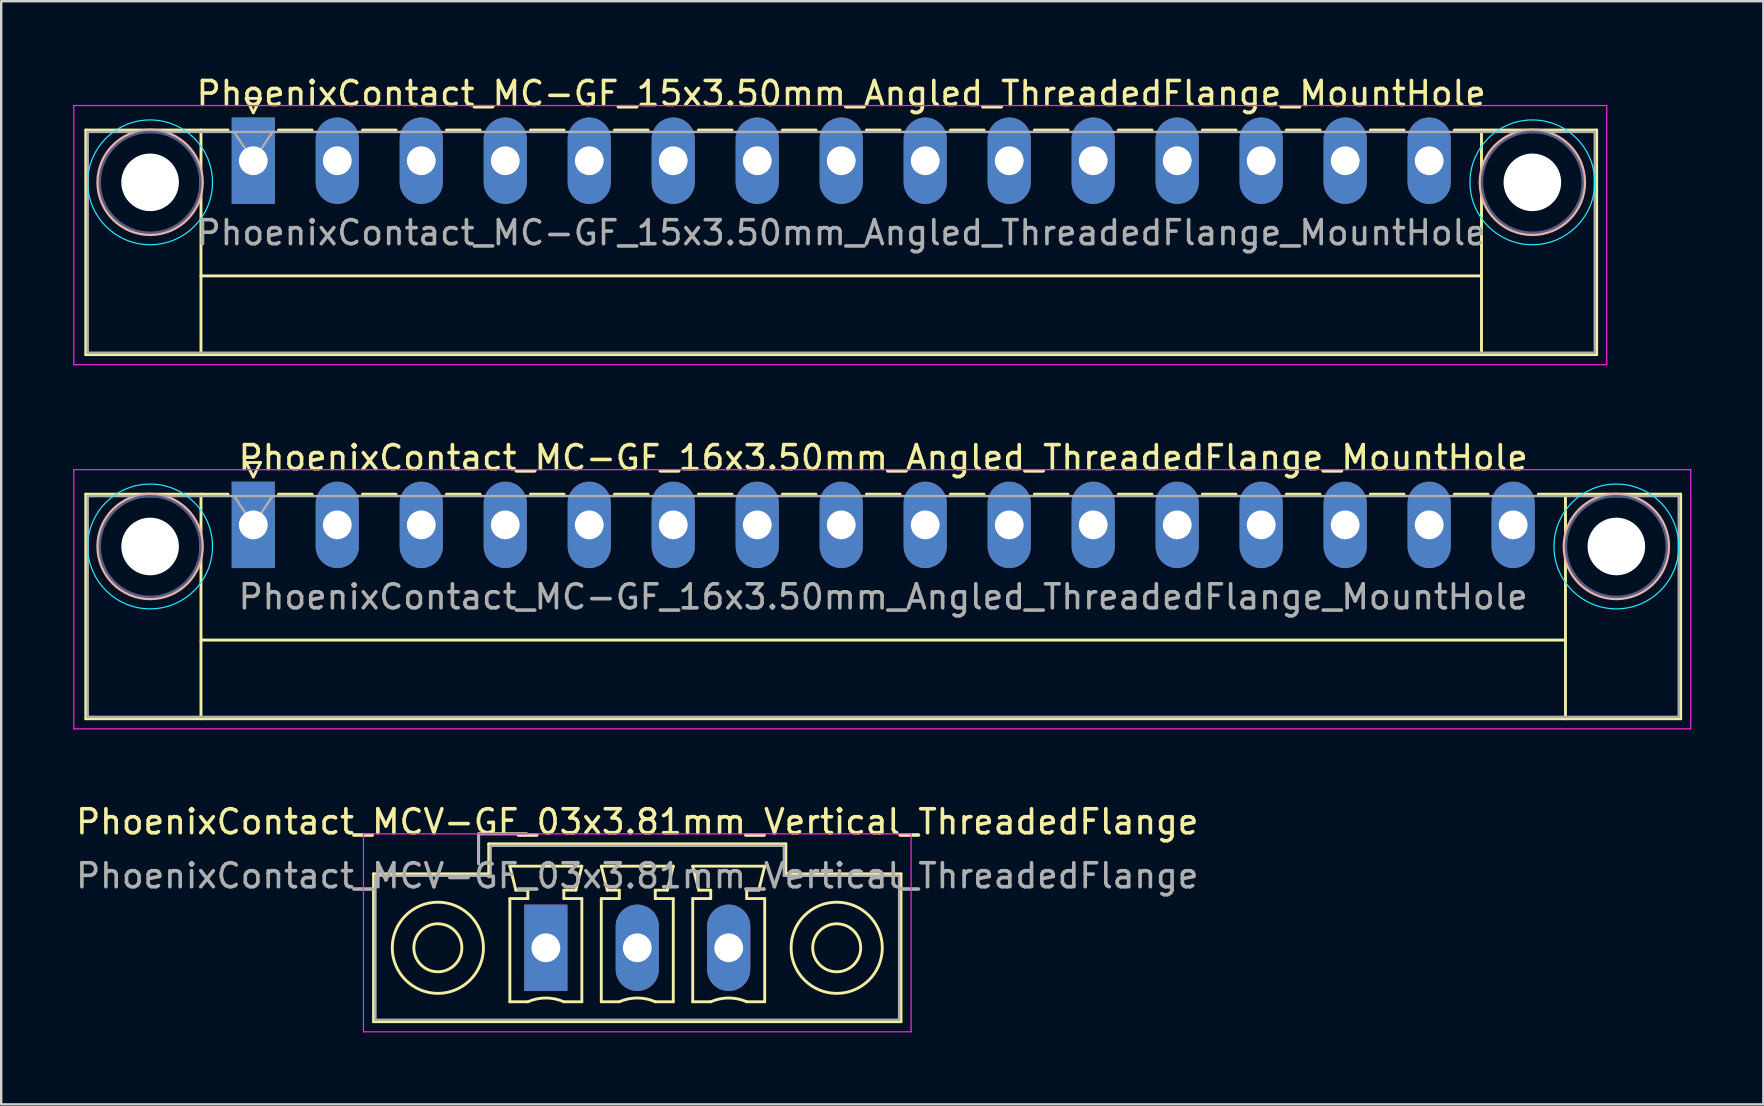
<source format=kicad_pcb>
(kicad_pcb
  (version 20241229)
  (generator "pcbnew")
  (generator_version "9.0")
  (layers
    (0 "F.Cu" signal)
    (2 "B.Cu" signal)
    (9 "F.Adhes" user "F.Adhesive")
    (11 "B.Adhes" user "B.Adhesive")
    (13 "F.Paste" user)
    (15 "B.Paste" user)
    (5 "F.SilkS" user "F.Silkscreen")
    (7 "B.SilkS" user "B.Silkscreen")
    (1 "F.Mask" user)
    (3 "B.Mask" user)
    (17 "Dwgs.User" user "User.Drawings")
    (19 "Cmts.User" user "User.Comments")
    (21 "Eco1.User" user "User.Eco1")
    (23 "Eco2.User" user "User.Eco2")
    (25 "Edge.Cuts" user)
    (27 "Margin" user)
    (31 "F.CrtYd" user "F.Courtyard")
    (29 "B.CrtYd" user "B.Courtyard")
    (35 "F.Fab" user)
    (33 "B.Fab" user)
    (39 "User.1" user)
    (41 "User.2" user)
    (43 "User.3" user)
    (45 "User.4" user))
  (footprint "PhoenixContact_MC-GF_15x3.50mm_Angled_ThreadedFlange_MountHole"
    (layer "F.Cu")
    (at 7.505 3.648)
    (property "Reference" "PhoenixContact_MC-GF_15x3.50mm_Angled_ThreadedFlange_MountHole" (at 24.5 -2.8 0) (layer "F.SilkS") (effects (font (size 1 1) (thickness 0.15))))
    (attr through_hole)
    (fp_line (start -6.98 -1.28) (end -6.98 8.08) (stroke (width 0.12) (type solid)) (layer "F.SilkS"))
    (fp_line (start -6.98 -1.28) (end -1.05 -1.28) (stroke (width 0.12) (type solid)) (layer "F.SilkS"))
    (fp_line (start -6.98 8.08) (end 55.98 8.08) (stroke (width 0.12) (type solid)) (layer "F.SilkS"))
    (fp_line (start -2.18 -1.28) (end -2.18 8.08) (stroke (width 0.12) (type solid)) (layer "F.SilkS"))
    (fp_line (start -2.18 4.8) (end 51.18 4.8) (stroke (width 0.12) (type solid)) (layer "F.SilkS"))
    (fp_line (start -0.3 -2.6) (end 0.3 -2.6) (stroke (width 0.12) (type solid)) (layer "F.SilkS"))
    (fp_line (start 0 -2) (end -0.3 -2.6) (stroke (width 0.12) (type solid)) (layer "F.SilkS"))
    (fp_line (start 0.3 -2.6) (end 0 -2) (stroke (width 0.12) (type solid)) (layer "F.SilkS"))
    (fp_line (start 1.05 -1.28) (end 2.45 -1.28) (stroke (width 0.12) (type solid)) (layer "F.SilkS"))
    (fp_line (start 4.55 -1.28) (end 5.95 -1.28) (stroke (width 0.12) (type solid)) (layer "F.SilkS"))
    (fp_line (start 8.05 -1.28) (end 9.45 -1.28) (stroke (width 0.12) (type solid)) (layer "F.SilkS"))
    (fp_line (start 11.55 -1.28) (end 12.95 -1.28) (stroke (width 0.12) (type solid)) (layer "F.SilkS"))
    (fp_line (start 15.05 -1.28) (end 16.45 -1.28) (stroke (width 0.12) (type solid)) (layer "F.SilkS"))
    (fp_line (start 18.55 -1.28) (end 19.95 -1.28) (stroke (width 0.12) (type solid)) (layer "F.SilkS"))
    (fp_line (start 22.05 -1.28) (end 23.45 -1.28) (stroke (width 0.12) (type solid)) (layer "F.SilkS"))
    (fp_line (start 25.55 -1.28) (end 26.95 -1.28) (stroke (width 0.12) (type solid)) (layer "F.SilkS"))
    (fp_line (start 29.05 -1.28) (end 30.45 -1.28) (stroke (width 0.12) (type solid)) (layer "F.SilkS"))
    (fp_line (start 32.55 -1.28) (end 33.95 -1.28) (stroke (width 0.12) (type solid)) (layer "F.SilkS"))
    (fp_line (start 36.05 -1.28) (end 37.45 -1.28) (stroke (width 0.12) (type solid)) (layer "F.SilkS"))
    (fp_line (start 39.55 -1.28) (end 40.95 -1.28) (stroke (width 0.12) (type solid)) (layer "F.SilkS"))
    (fp_line (start 43.05 -1.28) (end 44.45 -1.28) (stroke (width 0.12) (type solid)) (layer "F.SilkS"))
    (fp_line (start 46.55 -1.28) (end 47.95 -1.28) (stroke (width 0.12) (type solid)) (layer "F.SilkS"))
    (fp_line (start 51.18 -1.28) (end 51.18 8.08) (stroke (width 0.12) (type solid)) (layer "F.SilkS"))
    (fp_line (start 55.98 -1.28) (end 50.05 -1.28) (stroke (width 0.12) (type solid)) (layer "F.SilkS"))
    (fp_line (start 55.98 8.08) (end 55.98 -1.28) (stroke (width 0.12) (type solid)) (layer "F.SilkS"))
    (fp_circle (center -4.3 0.9) (end -2.12 0.9) (stroke (width 0.12) (type solid)) (fill no) (layer "B.SilkS"))
    (fp_circle (center 53.3 0.9) (end 55.48 0.9) (stroke (width 0.12) (type solid)) (fill no) (layer "B.SilkS"))
    (fp_circle (center -4.3 0.9) (end -1.7 0.9) (stroke (width 0.05) (type solid)) (fill no) (layer "B.CrtYd"))
    (fp_circle (center 53.3 0.9) (end 55.9 0.9) (stroke (width 0.05) (type solid)) (fill no) (layer "B.CrtYd"))
    (fp_line (start -7.48 -2.3) (end -7.48 8.5) (stroke (width 0.05) (type solid)) (layer "F.CrtYd"))
    (fp_line (start -7.48 8.5) (end 56.4 8.5) (stroke (width 0.05) (type solid)) (layer "F.CrtYd"))
    (fp_line (start 56.4 -2.3) (end -7.48 -2.3) (stroke (width 0.05) (type solid)) (layer "F.CrtYd"))
    (fp_line (start 56.4 8.5) (end 56.4 -2.3) (stroke (width 0.05) (type solid)) (layer "F.CrtYd"))
    (fp_circle (center -4.3 0.9) (end -2.2 0.9) (stroke (width 0.1) (type solid)) (fill no) (layer "B.Fab"))
    (fp_circle (center 53.3 0.9) (end 55.4 0.9) (stroke (width 0.1) (type solid)) (fill no) (layer "B.Fab"))
    (fp_line (start -6.9 -1.2) (end -6.9 8) (stroke (width 0.1) (type solid)) (layer "F.Fab"))
    (fp_line (start -6.9 8) (end 55.9 8) (stroke (width 0.1) (type solid)) (layer "F.Fab"))
    (fp_line (start 0 0) (end -0.8 -1.2) (stroke (width 0.1) (type solid)) (layer "F.Fab"))
    (fp_line (start 0.8 -1.2) (end 0 0) (stroke (width 0.1) (type solid)) (layer "F.Fab"))
    (fp_line (start 55.9 -1.2) (end -6.9 -1.2) (stroke (width 0.1) (type solid)) (layer "F.Fab"))
    (fp_line (start 55.9 8) (end 55.9 -1.2) (stroke (width 0.1) (type solid)) (layer "F.Fab"))
    (fp_text user "${REFERENCE}" (at 24.5 3 0) (layer "F.Fab") (effects (font (size 1 1) (thickness 0.15))))
    (pad "" np_thru_hole circle (at -4.3 0.9) (size 2.4 2.4) (drill 2.4) (layers "*.Cu" "*.Mask"))
    (pad "" np_thru_hole circle (at 53.3 0.9) (size 2.4 2.4) (drill 2.4) (layers "*.Cu" "*.Mask"))
    (pad "1" thru_hole rect (at 0 0) (size 1.8 3.6) (drill 1.2) (layers "*.Cu" "*.Mask"))
    (pad "2" thru_hole oval (at 3.5 0) (size 1.8 3.6) (drill 1.2) (layers "*.Cu" "*.Mask"))
    (pad "3" thru_hole oval (at 7 0) (size 1.8 3.6) (drill 1.2) (layers "*.Cu" "*.Mask"))
    (pad "4" thru_hole oval (at 10.5 0) (size 1.8 3.6) (drill 1.2) (layers "*.Cu" "*.Mask"))
    (pad "5" thru_hole oval (at 14 0) (size 1.8 3.6) (drill 1.2) (layers "*.Cu" "*.Mask"))
    (pad "6" thru_hole oval (at 17.5 0) (size 1.8 3.6) (drill 1.2) (layers "*.Cu" "*.Mask"))
    (pad "7" thru_hole oval (at 21 0) (size 1.8 3.6) (drill 1.2) (layers "*.Cu" "*.Mask"))
    (pad "8" thru_hole oval (at 24.5 0) (size 1.8 3.6) (drill 1.2) (layers "*.Cu" "*.Mask"))
    (pad "9" thru_hole oval (at 28 0) (size 1.8 3.6) (drill 1.2) (layers "*.Cu" "*.Mask"))
    (pad "10" thru_hole oval (at 31.5 0) (size 1.8 3.6) (drill 1.2) (layers "*.Cu" "*.Mask"))
    (pad "11" thru_hole oval (at 35 0) (size 1.8 3.6) (drill 1.2) (layers "*.Cu" "*.Mask"))
    (pad "12" thru_hole oval (at 38.5 0) (size 1.8 3.6) (drill 1.2) (layers "*.Cu" "*.Mask"))
    (pad "13" thru_hole oval (at 42 0) (size 1.8 3.6) (drill 1.2) (layers "*.Cu" "*.Mask"))
    (pad "14" thru_hole oval (at 45.5 0) (size 1.8 3.6) (drill 1.2) (layers "*.Cu" "*.Mask"))
    (pad "15" thru_hole oval (at 49 0) (size 1.8 3.6) (drill 1.2) (layers "*.Cu" "*.Mask")))
  (footprint "PhoenixContact_MCV-GF_03x3.81mm_Vertical_ThreadedFlange"
    (layer "F.Cu")
    (at 19.696 36.445)
    (property "Reference" "PhoenixContact_MCV-GF_03x3.81mm_Vertical_ThreadedFlange" (at 3.81 -5.25 0) (layer "F.SilkS") (effects (font (size 1 1) (thickness 0.15))))
    (attr through_hole)
    (fp_line (start -7.18 -3.08) (end -7.18 3.08) (stroke (width 0.12) (type solid)) (layer "F.SilkS"))
    (fp_line (start -7.18 3.08) (end 14.8 3.08) (stroke (width 0.12) (type solid)) (layer "F.SilkS"))
    (fp_line (start -2.8 -4.75) (end -0.8 -4.75) (stroke (width 0.12) (type solid)) (layer "F.SilkS"))
    (fp_line (start -2.8 -3.5) (end -2.8 -4.75) (stroke (width 0.12) (type solid)) (layer "F.SilkS"))
    (fp_line (start -2.38 -4.33) (end -2.38 -3.08) (stroke (width 0.12) (type solid)) (layer "F.SilkS"))
    (fp_line (start -2.38 -3.08) (end -7.18 -3.08) (stroke (width 0.12) (type solid)) (layer "F.SilkS"))
    (fp_line (start -1.5 -3.4) (end 1.5 -3.4) (stroke (width 0.12) (type solid)) (layer "F.SilkS"))
    (fp_line (start -1.5 -2.05) (end -0.75 -2.05) (stroke (width 0.12) (type solid)) (layer "F.SilkS"))
    (fp_line (start -1.5 2.25) (end -1.5 -2.05) (stroke (width 0.12) (type solid)) (layer "F.SilkS"))
    (fp_line (start -1.25 -2.4) (end -1.5 -3.4) (stroke (width 0.12) (type solid)) (layer "F.SilkS"))
    (fp_line (start -0.75 -2.4) (end -1.25 -2.4) (stroke (width 0.12) (type solid)) (layer "F.SilkS"))
    (fp_line (start -0.75 -2.05) (end -0.75 -2.4) (stroke (width 0.12) (type solid)) (layer "F.SilkS"))
    (fp_line (start -0.75 2.25) (end -1.5 2.25) (stroke (width 0.12) (type solid)) (layer "F.SilkS"))
    (fp_line (start 0.75 -2.4) (end 0.75 -2.05) (stroke (width 0.12) (type solid)) (layer "F.SilkS"))
    (fp_line (start 0.75 -2.05) (end 1.5 -2.05) (stroke (width 0.12) (type solid)) (layer "F.SilkS"))
    (fp_line (start 1.25 -2.4) (end 0.75 -2.4) (stroke (width 0.12) (type solid)) (layer "F.SilkS"))
    (fp_line (start 1.5 -3.4) (end 1.25 -2.4) (stroke (width 0.12) (type solid)) (layer "F.SilkS"))
    (fp_line (start 1.5 -2.05) (end 1.5 2.25) (stroke (width 0.12) (type solid)) (layer "F.SilkS"))
    (fp_line (start 1.5 2.25) (end 0.75 2.25) (stroke (width 0.12) (type solid)) (layer "F.SilkS"))
    (fp_line (start 2.31 -3.4) (end 5.31 -3.4) (stroke (width 0.12) (type solid)) (layer "F.SilkS"))
    (fp_line (start 2.31 -2.05) (end 3.06 -2.05) (stroke (width 0.12) (type solid)) (layer "F.SilkS"))
    (fp_line (start 2.31 2.25) (end 2.31 -2.05) (stroke (width 0.12) (type solid)) (layer "F.SilkS"))
    (fp_line (start 2.56 -2.4) (end 2.31 -3.4) (stroke (width 0.12) (type solid)) (layer "F.SilkS"))
    (fp_line (start 3.06 -2.4) (end 2.56 -2.4) (stroke (width 0.12) (type solid)) (layer "F.SilkS"))
    (fp_line (start 3.06 -2.05) (end 3.06 -2.4) (stroke (width 0.12) (type solid)) (layer "F.SilkS"))
    (fp_line (start 3.06 2.25) (end 2.31 2.25) (stroke (width 0.12) (type solid)) (layer "F.SilkS"))
    (fp_line (start 4.56 -2.4) (end 4.56 -2.05) (stroke (width 0.12) (type solid)) (layer "F.SilkS"))
    (fp_line (start 4.56 -2.05) (end 5.31 -2.05) (stroke (width 0.12) (type solid)) (layer "F.SilkS"))
    (fp_line (start 5.06 -2.4) (end 4.56 -2.4) (stroke (width 0.12) (type solid)) (layer "F.SilkS"))
    (fp_line (start 5.31 -3.4) (end 5.06 -2.4) (stroke (width 0.12) (type solid)) (layer "F.SilkS"))
    (fp_line (start 5.31 -2.05) (end 5.31 2.25) (stroke (width 0.12) (type solid)) (layer "F.SilkS"))
    (fp_line (start 5.31 2.25) (end 4.56 2.25) (stroke (width 0.12) (type solid)) (layer "F.SilkS"))
    (fp_line (start 6.12 -3.4) (end 9.12 -3.4) (stroke (width 0.12) (type solid)) (layer "F.SilkS"))
    (fp_line (start 6.12 -2.05) (end 6.87 -2.05) (stroke (width 0.12) (type solid)) (layer "F.SilkS"))
    (fp_line (start 6.12 2.25) (end 6.12 -2.05) (stroke (width 0.12) (type solid)) (layer "F.SilkS"))
    (fp_line (start 6.37 -2.4) (end 6.12 -3.4) (stroke (width 0.12) (type solid)) (layer "F.SilkS"))
    (fp_line (start 6.87 -2.4) (end 6.37 -2.4) (stroke (width 0.12) (type solid)) (layer "F.SilkS"))
    (fp_line (start 6.87 -2.05) (end 6.87 -2.4) (stroke (width 0.12) (type solid)) (layer "F.SilkS"))
    (fp_line (start 6.87 2.25) (end 6.12 2.25) (stroke (width 0.12) (type solid)) (layer "F.SilkS"))
    (fp_line (start 8.37 -2.4) (end 8.37 -2.05) (stroke (width 0.12) (type solid)) (layer "F.SilkS"))
    (fp_line (start 8.37 -2.05) (end 9.12 -2.05) (stroke (width 0.12) (type solid)) (layer "F.SilkS"))
    (fp_line (start 8.87 -2.4) (end 8.37 -2.4) (stroke (width 0.12) (type solid)) (layer "F.SilkS"))
    (fp_line (start 9.12 -3.4) (end 8.87 -2.4) (stroke (width 0.12) (type solid)) (layer "F.SilkS"))
    (fp_line (start 9.12 -2.05) (end 9.12 2.25) (stroke (width 0.12) (type solid)) (layer "F.SilkS"))
    (fp_line (start 9.12 2.25) (end 8.37 2.25) (stroke (width 0.12) (type solid)) (layer "F.SilkS"))
    (fp_line (start 10 -4.33) (end -2.38 -4.33) (stroke (width 0.12) (type solid)) (layer "F.SilkS"))
    (fp_line (start 10 -3.08) (end 10 -4.33) (stroke (width 0.12) (type solid)) (layer "F.SilkS"))
    (fp_line (start 14.8 -3.08) (end 10 -3.08) (stroke (width 0.12) (type solid)) (layer "F.SilkS"))
    (fp_line (start 14.8 3.08) (end 14.8 -3.08) (stroke (width 0.12) (type solid)) (layer "F.SilkS"))
    (fp_arc (start -0.75 2.25) (mid -0.000193 2.09191) (end 0.749647 2.249844) (stroke (width 0.12) (type solid)) (layer "F.SilkS"))
    (fp_arc (start 3.06 2.25) (mid 3.809807 2.09191) (end 4.559647 2.249844) (stroke (width 0.12) (type solid)) (layer "F.SilkS"))
    (fp_arc (start 6.87 2.25) (mid 7.619807 2.09191) (end 8.369647 2.249844) (stroke (width 0.12) (type solid)) (layer "F.SilkS"))
    (fp_circle (center -4.5 0) (end -3.5 0) (stroke (width 0.12) (type solid)) (fill no) (layer "F.SilkS"))
    (fp_circle (center -4.5 0) (end -2.6 0) (stroke (width 0.12) (type solid)) (fill no) (layer "F.SilkS"))
    (fp_circle (center 12.12 0) (end 13.12 0) (stroke (width 0.12) (type solid)) (fill no) (layer "F.SilkS"))
    (fp_circle (center 12.12 0) (end 14.02 0) (stroke (width 0.12) (type solid)) (fill no) (layer "F.SilkS"))
    (fp_line (start -7.6 -4.75) (end -7.6 3.5) (stroke (width 0.05) (type solid)) (layer "F.CrtYd"))
    (fp_line (start -7.6 3.5) (end 15.22 3.5) (stroke (width 0.05) (type solid)) (layer "F.CrtYd"))
    (fp_line (start 15.22 -4.75) (end -7.6 -4.75) (stroke (width 0.05) (type solid)) (layer "F.CrtYd"))
    (fp_line (start 15.22 3.5) (end 15.22 -4.75) (stroke (width 0.05) (type solid)) (layer "F.CrtYd"))
    (fp_line (start -7.1 -3) (end -7.1 3) (stroke (width 0.1) (type solid)) (layer "F.Fab"))
    (fp_line (start -7.1 3) (end 14.72 3) (stroke (width 0.1) (type solid)) (layer "F.Fab"))
    (fp_line (start -2.8 -4.75) (end -0.8 -4.75) (stroke (width 0.1) (type solid)) (layer "F.Fab"))
    (fp_line (start -2.8 -3.5) (end -2.8 -4.75) (stroke (width 0.1) (type solid)) (layer "F.Fab"))
    (fp_line (start -2.3 -4.25) (end -2.3 -3) (stroke (width 0.1) (type solid)) (layer "F.Fab"))
    (fp_line (start -2.3 -3) (end -7.1 -3) (stroke (width 0.1) (type solid)) (layer "F.Fab"))
    (fp_line (start 9.92 -4.25) (end -2.3 -4.25) (stroke (width 0.1) (type solid)) (layer "F.Fab"))
    (fp_line (start 9.92 -3) (end 9.92 -4.25) (stroke (width 0.1) (type solid)) (layer "F.Fab"))
    (fp_line (start 14.72 -3) (end 9.92 -3) (stroke (width 0.1) (type solid)) (layer "F.Fab"))
    (fp_line (start 14.72 3) (end 14.72 -3) (stroke (width 0.1) (type solid)) (layer "F.Fab"))
    (fp_text user "${REFERENCE}" (at 3.81 -3 0) (layer "F.Fab") (effects (font (size 1 1) (thickness 0.15))))
    (pad "1" thru_hole rect (at 0 0) (size 1.8 3.6) (drill 1.2) (layers "*.Cu" "*.Mask"))
    (pad "2" thru_hole oval (at 3.81 0) (size 1.8 3.6) (drill 1.2) (layers "*.Cu" "*.Mask"))
    (pad "3" thru_hole oval (at 7.62 0) (size 1.8 3.6) (drill 1.2) (layers "*.Cu" "*.Mask")))
  (footprint "PhoenixContact_MC-GF_16x3.50mm_Angled_ThreadedFlange_MountHole"
    (layer "F.Cu")
    (at 7.505 18.822)
    (property "Reference" "PhoenixContact_MC-GF_16x3.50mm_Angled_ThreadedFlange_MountHole" (at 26.25 -2.8 0) (layer "F.SilkS") (effects (font (size 1 1) (thickness 0.15))))
    (attr through_hole)
    (fp_line (start -6.98 -1.28) (end -6.98 8.08) (stroke (width 0.12) (type solid)) (layer "F.SilkS"))
    (fp_line (start -6.98 -1.28) (end -1.05 -1.28) (stroke (width 0.12) (type solid)) (layer "F.SilkS"))
    (fp_line (start -6.98 8.08) (end 59.48 8.08) (stroke (width 0.12) (type solid)) (layer "F.SilkS"))
    (fp_line (start -2.18 -1.28) (end -2.18 8.08) (stroke (width 0.12) (type solid)) (layer "F.SilkS"))
    (fp_line (start -2.18 4.8) (end 54.68 4.8) (stroke (width 0.12) (type solid)) (layer "F.SilkS"))
    (fp_line (start -0.3 -2.6) (end 0.3 -2.6) (stroke (width 0.12) (type solid)) (layer "F.SilkS"))
    (fp_line (start 0 -2) (end -0.3 -2.6) (stroke (width 0.12) (type solid)) (layer "F.SilkS"))
    (fp_line (start 0.3 -2.6) (end 0 -2) (stroke (width 0.12) (type solid)) (layer "F.SilkS"))
    (fp_line (start 1.05 -1.28) (end 2.45 -1.28) (stroke (width 0.12) (type solid)) (layer "F.SilkS"))
    (fp_line (start 4.55 -1.28) (end 5.95 -1.28) (stroke (width 0.12) (type solid)) (layer "F.SilkS"))
    (fp_line (start 8.05 -1.28) (end 9.45 -1.28) (stroke (width 0.12) (type solid)) (layer "F.SilkS"))
    (fp_line (start 11.55 -1.28) (end 12.95 -1.28) (stroke (width 0.12) (type solid)) (layer "F.SilkS"))
    (fp_line (start 15.05 -1.28) (end 16.45 -1.28) (stroke (width 0.12) (type solid)) (layer "F.SilkS"))
    (fp_line (start 18.55 -1.28) (end 19.95 -1.28) (stroke (width 0.12) (type solid)) (layer "F.SilkS"))
    (fp_line (start 22.05 -1.28) (end 23.45 -1.28) (stroke (width 0.12) (type solid)) (layer "F.SilkS"))
    (fp_line (start 25.55 -1.28) (end 26.95 -1.28) (stroke (width 0.12) (type solid)) (layer "F.SilkS"))
    (fp_line (start 29.05 -1.28) (end 30.45 -1.28) (stroke (width 0.12) (type solid)) (layer "F.SilkS"))
    (fp_line (start 32.55 -1.28) (end 33.95 -1.28) (stroke (width 0.12) (type solid)) (layer "F.SilkS"))
    (fp_line (start 36.05 -1.28) (end 37.45 -1.28) (stroke (width 0.12) (type solid)) (layer "F.SilkS"))
    (fp_line (start 39.55 -1.28) (end 40.95 -1.28) (stroke (width 0.12) (type solid)) (layer "F.SilkS"))
    (fp_line (start 43.05 -1.28) (end 44.45 -1.28) (stroke (width 0.12) (type solid)) (layer "F.SilkS"))
    (fp_line (start 46.55 -1.28) (end 47.95 -1.28) (stroke (width 0.12) (type solid)) (layer "F.SilkS"))
    (fp_line (start 50.05 -1.28) (end 51.45 -1.28) (stroke (width 0.12) (type solid)) (layer "F.SilkS"))
    (fp_line (start 54.68 -1.28) (end 54.68 8.08) (stroke (width 0.12) (type solid)) (layer "F.SilkS"))
    (fp_line (start 59.48 -1.28) (end 53.55 -1.28) (stroke (width 0.12) (type solid)) (layer "F.SilkS"))
    (fp_line (start 59.48 8.08) (end 59.48 -1.28) (stroke (width 0.12) (type solid)) (layer "F.SilkS"))
    (fp_circle (center -4.3 0.9) (end -2.12 0.9) (stroke (width 0.12) (type solid)) (fill no) (layer "B.SilkS"))
    (fp_circle (center 56.8 0.9) (end 58.98 0.9) (stroke (width 0.12) (type solid)) (fill no) (layer "B.SilkS"))
    (fp_circle (center -4.3 0.9) (end -1.7 0.9) (stroke (width 0.05) (type solid)) (fill no) (layer "B.CrtYd"))
    (fp_circle (center 56.8 0.9) (end 59.4 0.9) (stroke (width 0.05) (type solid)) (fill no) (layer "B.CrtYd"))
    (fp_line (start -7.48 -2.3) (end -7.48 8.5) (stroke (width 0.05) (type solid)) (layer "F.CrtYd"))
    (fp_line (start -7.48 8.5) (end 59.9 8.5) (stroke (width 0.05) (type solid)) (layer "F.CrtYd"))
    (fp_line (start 59.9 -2.3) (end -7.48 -2.3) (stroke (width 0.05) (type solid)) (layer "F.CrtYd"))
    (fp_line (start 59.9 8.5) (end 59.9 -2.3) (stroke (width 0.05) (type solid)) (layer "F.CrtYd"))
    (fp_circle (center -4.3 0.9) (end -2.2 0.9) (stroke (width 0.1) (type solid)) (fill no) (layer "B.Fab"))
    (fp_circle (center 56.8 0.9) (end 58.9 0.9) (stroke (width 0.1) (type solid)) (fill no) (layer "B.Fab"))
    (fp_line (start -6.9 -1.2) (end -6.9 8) (stroke (width 0.1) (type solid)) (layer "F.Fab"))
    (fp_line (start -6.9 8) (end 59.4 8) (stroke (width 0.1) (type solid)) (layer "F.Fab"))
    (fp_line (start 0 0) (end -0.8 -1.2) (stroke (width 0.1) (type solid)) (layer "F.Fab"))
    (fp_line (start 0.8 -1.2) (end 0 0) (stroke (width 0.1) (type solid)) (layer "F.Fab"))
    (fp_line (start 59.4 -1.2) (end -6.9 -1.2) (stroke (width 0.1) (type solid)) (layer "F.Fab"))
    (fp_line (start 59.4 8) (end 59.4 -1.2) (stroke (width 0.1) (type solid)) (layer "F.Fab"))
    (fp_text user "${REFERENCE}" (at 26.25 3 0) (layer "F.Fab") (effects (font (size 1 1) (thickness 0.15))))
    (pad "" np_thru_hole circle (at -4.3 0.9) (size 2.4 2.4) (drill 2.4) (layers "*.Cu" "*.Mask"))
    (pad "" np_thru_hole circle (at 56.8 0.9) (size 2.4 2.4) (drill 2.4) (layers "*.Cu" "*.Mask"))
    (pad "1" thru_hole rect (at 0 0) (size 1.8 3.6) (drill 1.2) (layers "*.Cu" "*.Mask"))
    (pad "2" thru_hole oval (at 3.5 0) (size 1.8 3.6) (drill 1.2) (layers "*.Cu" "*.Mask"))
    (pad "3" thru_hole oval (at 7 0) (size 1.8 3.6) (drill 1.2) (layers "*.Cu" "*.Mask"))
    (pad "4" thru_hole oval (at 10.5 0) (size 1.8 3.6) (drill 1.2) (layers "*.Cu" "*.Mask"))
    (pad "5" thru_hole oval (at 14 0) (size 1.8 3.6) (drill 1.2) (layers "*.Cu" "*.Mask"))
    (pad "6" thru_hole oval (at 17.5 0) (size 1.8 3.6) (drill 1.2) (layers "*.Cu" "*.Mask"))
    (pad "7" thru_hole oval (at 21 0) (size 1.8 3.6) (drill 1.2) (layers "*.Cu" "*.Mask"))
    (pad "8" thru_hole oval (at 24.5 0) (size 1.8 3.6) (drill 1.2) (layers "*.Cu" "*.Mask"))
    (pad "9" thru_hole oval (at 28 0) (size 1.8 3.6) (drill 1.2) (layers "*.Cu" "*.Mask"))
    (pad "10" thru_hole oval (at 31.5 0) (size 1.8 3.6) (drill 1.2) (layers "*.Cu" "*.Mask"))
    (pad "11" thru_hole oval (at 35 0) (size 1.8 3.6) (drill 1.2) (layers "*.Cu" "*.Mask"))
    (pad "12" thru_hole oval (at 38.5 0) (size 1.8 3.6) (drill 1.2) (layers "*.Cu" "*.Mask"))
    (pad "13" thru_hole oval (at 42 0) (size 1.8 3.6) (drill 1.2) (layers "*.Cu" "*.Mask"))
    (pad "14" thru_hole oval (at 45.5 0) (size 1.8 3.6) (drill 1.2) (layers "*.Cu" "*.Mask"))
    (pad "15" thru_hole oval (at 49 0) (size 1.8 3.6) (drill 1.2) (layers "*.Cu" "*.Mask"))
    (pad "16" thru_hole oval (at 52.5 0) (size 1.8 3.6) (drill 1.2) (layers "*.Cu" "*.Mask")))
  (gr_rect
    (start -3 -3)
    (end 70.43 42.97)
    (stroke (width 0.1) (type default))
    (fill no)
    (layer "Edge.Cuts")))
</source>
